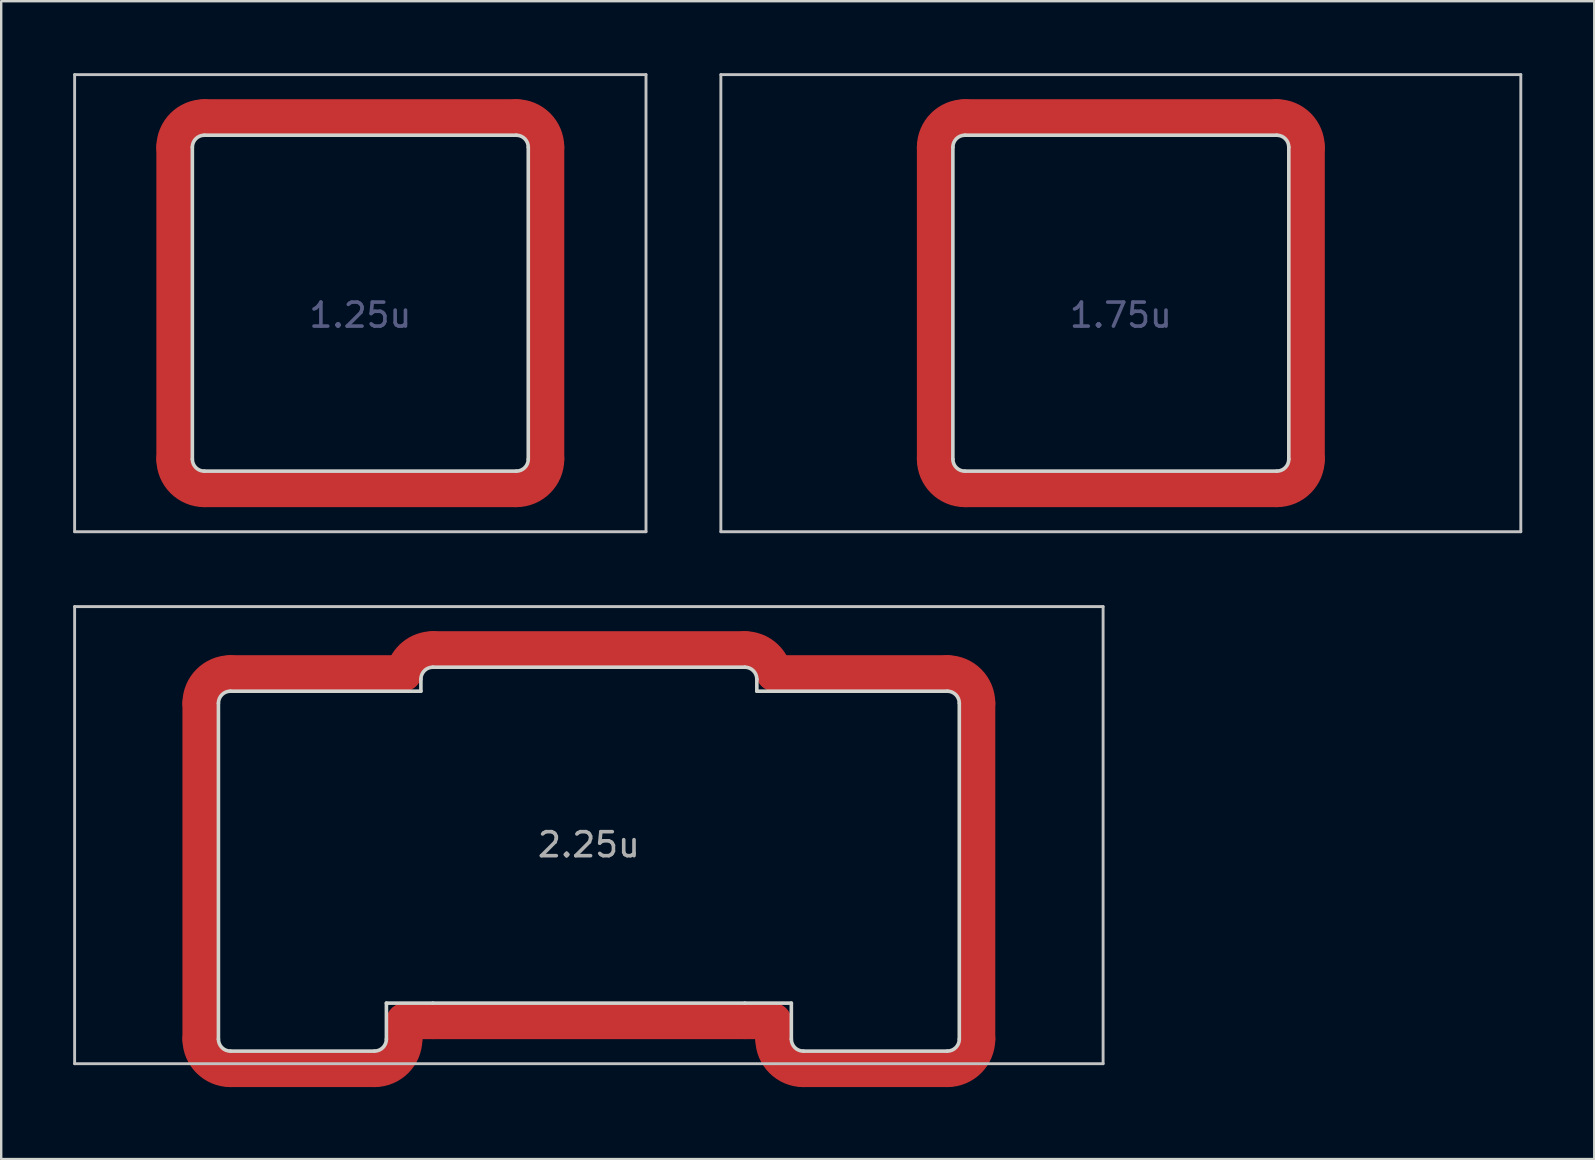
<source format=kicad_pcb>
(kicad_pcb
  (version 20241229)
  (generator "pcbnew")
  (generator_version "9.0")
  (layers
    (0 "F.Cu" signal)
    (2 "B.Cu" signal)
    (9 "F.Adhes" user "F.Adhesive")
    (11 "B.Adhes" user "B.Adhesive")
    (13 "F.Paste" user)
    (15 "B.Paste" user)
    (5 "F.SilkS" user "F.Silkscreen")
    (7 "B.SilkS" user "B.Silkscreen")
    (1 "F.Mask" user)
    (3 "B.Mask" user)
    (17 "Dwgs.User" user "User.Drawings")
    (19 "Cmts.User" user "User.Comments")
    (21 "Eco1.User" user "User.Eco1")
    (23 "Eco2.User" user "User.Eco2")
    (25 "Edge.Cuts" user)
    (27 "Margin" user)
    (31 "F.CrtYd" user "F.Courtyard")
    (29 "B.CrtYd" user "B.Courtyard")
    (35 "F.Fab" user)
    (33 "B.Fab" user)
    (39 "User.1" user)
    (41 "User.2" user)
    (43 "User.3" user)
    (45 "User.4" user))
  (footprint "1.75u"
    (layer "F.Cu")
    (at 43.661 9.585)
    (property "Reference" "1.75u" (at 0 0.5 0) (layer "B.Fab") (effects (font (size 1 1) (thickness 0.15))))
    (attr through_hole)
    (fp_line (start -7.75 6.5) (end -7.75 -6.5) (stroke (width 1.5) (type solid)) (layer "F.Cu"))
    (fp_line (start -6.5 -7.75) (end 6.5 -7.75) (stroke (width 1.5) (type solid)) (layer "F.Cu"))
    (fp_line (start 6.5 7.75) (end -6.5 7.75) (stroke (width 1.5) (type solid)) (layer "F.Cu"))
    (fp_line (start 7.75 -6.5) (end 7.75 6.5) (stroke (width 1.5) (type solid)) (layer "F.Cu"))
    (fp_arc (start -7.75 -6.5) (mid -7.383883 -7.383883) (end -6.5 -7.75) (stroke (width 1.5) (type solid)) (layer "F.Cu"))
    (fp_arc (start -6.5 7.75) (mid -7.383883 7.383883) (end -7.75 6.5) (stroke (width 1.5) (type solid)) (layer "F.Cu"))
    (fp_arc (start 6.499999 -7.75) (mid 7.383883 -7.383883) (end 7.75 -6.499999) (stroke (width 1.5) (type solid)) (layer "F.Cu"))
    (fp_arc (start 7.75 6.5) (mid 7.383883 7.383883) (end 6.5 7.75) (stroke (width 1.5) (type solid)) (layer "F.Cu"))
    (fp_line (start -7.75 6.5) (end -7.75 -6.5) (stroke (width 1.5) (type solid)) (layer "F.Mask"))
    (fp_line (start -6.5 -7.75) (end 6.5 -7.75) (stroke (width 1.5) (type solid)) (layer "F.Mask"))
    (fp_line (start 6.5 7.75) (end -6.5 7.75) (stroke (width 1.5) (type solid)) (layer "F.Mask"))
    (fp_line (start 7.75 -6.5) (end 7.75 6.5) (stroke (width 1.5) (type solid)) (layer "F.Mask"))
    (fp_arc (start -7.75 -6.5) (mid -7.383883 -7.383883) (end -6.5 -7.75) (stroke (width 1.5) (type solid)) (layer "F.Mask"))
    (fp_arc (start -6.5 7.75) (mid -7.383883 7.383883) (end -7.75 6.5) (stroke (width 1.5) (type solid)) (layer "F.Mask"))
    (fp_arc (start 6.499999 -7.75) (mid 7.383883 -7.383883) (end 7.75 -6.499999) (stroke (width 1.5) (type solid)) (layer "F.Mask"))
    (fp_arc (start 7.75 6.5) (mid 7.383883 7.383883) (end 6.5 7.75) (stroke (width 1.5) (type solid)) (layer "F.Mask"))
    (fp_line (start -16.669 -9.525) (end -16.669 9.525) (stroke (width 0.12) (type solid)) (layer "Dwgs.User"))
    (fp_line (start -16.669 9.525) (end 16.669 9.525) (stroke (width 0.12) (type solid)) (layer "Dwgs.User"))
    (fp_line (start 16.669 -9.525) (end -16.669 -9.525) (stroke (width 0.12) (type solid)) (layer "Dwgs.User"))
    (fp_line (start 16.669 9.525) (end 16.669 -9.525) (stroke (width 0.12) (type solid)) (layer "Dwgs.User"))
    (fp_line (start -7 -6.5) (end -7 6.5) (stroke (width 0.15) (type solid)) (layer "Edge.Cuts"))
    (fp_line (start -6.5 7) (end 6.5 7) (stroke (width 0.15) (type solid)) (layer "Edge.Cuts"))
    (fp_line (start 6.5 -7) (end -6.5 -7) (stroke (width 0.15) (type solid)) (layer "Edge.Cuts"))
    (fp_line (start 7 6.5) (end 7 -6.5) (stroke (width 0.15) (type solid)) (layer "Edge.Cuts"))
    (fp_arc (start -7 -6.5) (mid -6.853553 -6.853553) (end -6.5 -7) (stroke (width 0.15) (type solid)) (layer "Edge.Cuts"))
    (fp_arc (start -6.5 7) (mid -6.853553 6.853553) (end -7 6.5) (stroke (width 0.15) (type solid)) (layer "Edge.Cuts"))
    (fp_arc (start 6.5 -7) (mid 6.853553 -6.853553) (end 7 -6.5) (stroke (width 0.15) (type solid)) (layer "Edge.Cuts"))
    (fp_arc (start 7 6.500001) (mid 6.853553 6.853554) (end 6.499999 7) (stroke (width 0.15) (type solid)) (layer "Edge.Cuts")))
  (footprint "1.25u"
    (layer "F.Cu")
    (at 11.966 9.585)
    (property "Reference" "1.25u" (at 0 0.5 0) (layer "B.Fab") (effects (font (size 1 1) (thickness 0.15))))
    (attr through_hole)
    (fp_line (start -7.75 6.5) (end -7.75 -6.5) (stroke (width 1.5) (type solid)) (layer "F.Cu"))
    (fp_line (start -6.5 -7.75) (end 6.5 -7.75) (stroke (width 1.5) (type solid)) (layer "F.Cu"))
    (fp_line (start 6.5 7.75) (end -6.5 7.75) (stroke (width 1.5) (type solid)) (layer "F.Cu"))
    (fp_line (start 7.75 -6.5) (end 7.75 6.5) (stroke (width 1.5) (type solid)) (layer "F.Cu"))
    (fp_arc (start -7.75 -6.5) (mid -7.383883 -7.383883) (end -6.5 -7.75) (stroke (width 1.5) (type solid)) (layer "F.Cu"))
    (fp_arc (start -6.5 7.75) (mid -7.383883 7.383883) (end -7.75 6.5) (stroke (width 1.5) (type solid)) (layer "F.Cu"))
    (fp_arc (start 6.499999 -7.75) (mid 7.383883 -7.383883) (end 7.75 -6.499999) (stroke (width 1.5) (type solid)) (layer "F.Cu"))
    (fp_arc (start 7.75 6.5) (mid 7.383883 7.383883) (end 6.5 7.75) (stroke (width 1.5) (type solid)) (layer "F.Cu"))
    (fp_line (start -7.75 6.5) (end -7.75 -6.5) (stroke (width 1.5) (type solid)) (layer "F.Mask"))
    (fp_line (start -6.5 -7.75) (end 6.5 -7.75) (stroke (width 1.5) (type solid)) (layer "F.Mask"))
    (fp_line (start 6.5 7.75) (end -6.5 7.75) (stroke (width 1.5) (type solid)) (layer "F.Mask"))
    (fp_line (start 7.75 -6.5) (end 7.75 6.5) (stroke (width 1.5) (type solid)) (layer "F.Mask"))
    (fp_arc (start -7.75 -6.5) (mid -7.383883 -7.383883) (end -6.5 -7.75) (stroke (width 1.5) (type solid)) (layer "F.Mask"))
    (fp_arc (start -6.5 7.75) (mid -7.383883 7.383883) (end -7.75 6.5) (stroke (width 1.5) (type solid)) (layer "F.Mask"))
    (fp_arc (start 6.499999 -7.75) (mid 7.383883 -7.383883) (end 7.75 -6.499999) (stroke (width 1.5) (type solid)) (layer "F.Mask"))
    (fp_arc (start 7.75 6.5) (mid 7.383883 7.383883) (end 6.5 7.75) (stroke (width 1.5) (type solid)) (layer "F.Mask"))
    (fp_line (start -11.906 -9.525) (end -11.906 9.525) (stroke (width 0.12) (type solid)) (layer "Dwgs.User"))
    (fp_line (start -11.906 9.525) (end 11.906 9.525) (stroke (width 0.12) (type solid)) (layer "Dwgs.User"))
    (fp_line (start 11.906 -9.525) (end -11.906 -9.525) (stroke (width 0.12) (type solid)) (layer "Dwgs.User"))
    (fp_line (start 11.906 9.525) (end 11.906 -9.525) (stroke (width 0.12) (type solid)) (layer "Dwgs.User"))
    (fp_line (start -7 -6.5) (end -7 6.5) (stroke (width 0.15) (type solid)) (layer "Edge.Cuts"))
    (fp_line (start -6.5 7) (end 6.5 7) (stroke (width 0.15) (type solid)) (layer "Edge.Cuts"))
    (fp_line (start 6.5 -7) (end -6.5 -7) (stroke (width 0.15) (type solid)) (layer "Edge.Cuts"))
    (fp_line (start 7 6.5) (end 7 -6.5) (stroke (width 0.15) (type solid)) (layer "Edge.Cuts"))
    (fp_arc (start -7 -6.5) (mid -6.853553 -6.853553) (end -6.5 -7) (stroke (width 0.15) (type solid)) (layer "Edge.Cuts"))
    (fp_arc (start -6.5 7) (mid -6.853553 6.853553) (end -7 6.5) (stroke (width 0.15) (type solid)) (layer "Edge.Cuts"))
    (fp_arc (start 6.5 -7) (mid 6.853553 -6.853553) (end 7 -6.5) (stroke (width 0.15) (type solid)) (layer "Edge.Cuts"))
    (fp_arc (start 7 6.500001) (mid 6.853553 6.853554) (end 6.499999 7) (stroke (width 0.15) (type solid)) (layer "Edge.Cuts")))
  (footprint "2.25u"
    (layer "F.Cu")
    (at 21.491 31.755)
    (property "Reference" "2.25u" (at 0 0.4 0) (layer "F.Fab") (effects (font (size 1 1) (thickness 0.15))))
    (attr through_hole)
    (fp_line (start -16.188 -5.5) (end -16.188 8.5) (stroke (width 1.5) (type solid)) (layer "F.Cu"))
    (fp_line (start -14.938 9.75) (end -8.938 9.75) (stroke (width 1.5) (type solid)) (layer "F.Cu"))
    (fp_line (start -7.725 -6.75) (end -14.938 -6.75) (stroke (width 1.5) (type solid)) (layer "F.Cu"))
    (fp_line (start -7.688 7.75) (end -6.5 7.75) (stroke (width 1.5) (type solid)) (layer "F.Cu"))
    (fp_line (start -7.688 8.5) (end -7.688 7.75) (stroke (width 1.5) (type solid)) (layer "F.Cu"))
    (fp_line (start -6.5 7.75) (end 6.5 7.75) (stroke (width 1.5) (type solid)) (layer "F.Cu"))
    (fp_line (start 6.5 -7.75) (end -6.5 -7.75) (stroke (width 1.5) (type solid)) (layer "F.Cu"))
    (fp_line (start 6.5 7.75) (end 7.688 7.75) (stroke (width 1.5) (type solid)) (layer "F.Cu"))
    (fp_line (start 7.688 7.75) (end 7.688 8.5) (stroke (width 1.5) (type solid)) (layer "F.Cu"))
    (fp_line (start 8.938 9.75) (end 14.938 9.75) (stroke (width 1.5) (type solid)) (layer "F.Cu"))
    (fp_line (start 14.938 -6.75) (end 7.725 -6.75) (stroke (width 1.5) (type solid)) (layer "F.Cu"))
    (fp_line (start 16.188 8.5) (end 16.188 -5.5) (stroke (width 1.5) (type solid)) (layer "F.Cu"))
    (fp_arc (start -16.188 -5.5) (mid -15.821883 -6.383883) (end -14.938 -6.75) (stroke (width 1.5) (type solid)) (layer "F.Cu"))
    (fp_arc (start -14.938 9.749999) (mid -15.821883 9.383882) (end -16.188 8.499999) (stroke (width 1.5) (type solid)) (layer "F.Cu"))
    (fp_arc (start -7.724906 -6.74921) (mid -7.290882 -7.467991) (end -6.5 -7.75) (stroke (width 1.5) (type solid)) (layer "F.Cu"))
    (fp_arc (start -7.688 8.499999) (mid -8.054117 9.383882) (end -8.938 9.749999) (stroke (width 1.5) (type solid)) (layer "F.Cu"))
    (fp_arc (start 6.499193 -7.75) (mid 7.290256 -7.468501) (end 7.724744 -6.75) (stroke (width 1.5) (type solid)) (layer "F.Cu"))
    (fp_arc (start 8.938 9.749999) (mid 8.054117 9.383882) (end 7.688 8.499999) (stroke (width 1.5) (type solid)) (layer "F.Cu"))
    (fp_arc (start 14.937999 -6.75) (mid 15.821882 -6.383883) (end 16.187999 -5.5) (stroke (width 1.5) (type solid)) (layer "F.Cu"))
    (fp_arc (start 16.187999 8.5) (mid 15.821883 9.383883) (end 14.938 9.749999) (stroke (width 1.5) (type solid)) (layer "F.Cu"))
    (fp_line (start -16.188 -5.5) (end -16.188 8.5) (stroke (width 1.5) (type solid)) (layer "F.Mask"))
    (fp_line (start -14.938 9.75) (end -8.938 9.75) (stroke (width 1.5) (type solid)) (layer "F.Mask"))
    (fp_line (start -7.725 -6.75) (end -14.938 -6.75) (stroke (width 1.5) (type solid)) (layer "F.Mask"))
    (fp_line (start -7.688 7.75) (end -6.5 7.75) (stroke (width 1.5) (type solid)) (layer "F.Mask"))
    (fp_line (start -7.688 8.5) (end -7.688 7.75) (stroke (width 1.5) (type solid)) (layer "F.Mask"))
    (fp_line (start -6.5 7.75) (end 6.5 7.75) (stroke (width 1.5) (type solid)) (layer "F.Mask"))
    (fp_line (start 6.5 -7.75) (end -6.5 -7.75) (stroke (width 1.5) (type solid)) (layer "F.Mask"))
    (fp_line (start 6.5 7.75) (end 7.688 7.75) (stroke (width 1.5) (type solid)) (layer "F.Mask"))
    (fp_line (start 7.688 7.75) (end 7.688 8.5) (stroke (width 1.5) (type solid)) (layer "F.Mask"))
    (fp_line (start 8.938 9.75) (end 14.938 9.75) (stroke (width 1.5) (type solid)) (layer "F.Mask"))
    (fp_line (start 14.938 -6.75) (end 7.725 -6.75) (stroke (width 1.5) (type solid)) (layer "F.Mask"))
    (fp_line (start 16.188 8.5) (end 16.188 -5.5) (stroke (width 1.5) (type solid)) (layer "F.Mask"))
    (fp_arc (start -16.188 -5.5) (mid -15.821883 -6.383883) (end -14.938 -6.75) (stroke (width 1.5) (type solid)) (layer "F.Mask"))
    (fp_arc (start -14.938 9.749999) (mid -15.821883 9.383882) (end -16.188 8.499999) (stroke (width 1.5) (type solid)) (layer "F.Mask"))
    (fp_arc (start -7.724906 -6.74921) (mid -7.290882 -7.467991) (end -6.5 -7.75) (stroke (width 1.5) (type solid)) (layer "F.Mask"))
    (fp_arc (start -7.688 8.499999) (mid -8.054117 9.383882) (end -8.938 9.749999) (stroke (width 1.5) (type solid)) (layer "F.Mask"))
    (fp_arc (start 6.499193 -7.75) (mid 7.290256 -7.468501) (end 7.724744 -6.75) (stroke (width 1.5) (type solid)) (layer "F.Mask"))
    (fp_arc (start 8.938 9.749999) (mid 8.054117 9.383882) (end 7.688 8.499999) (stroke (width 1.5) (type solid)) (layer "F.Mask"))
    (fp_arc (start 14.937999 -6.75) (mid 15.821882 -6.383883) (end 16.187999 -5.5) (stroke (width 1.5) (type solid)) (layer "F.Mask"))
    (fp_arc (start 16.187999 8.5) (mid 15.821883 9.383883) (end 14.938 9.749999) (stroke (width 1.5) (type solid)) (layer "F.Mask"))
    (fp_line (start -21.431 -9.525) (end -21.431 9.525) (stroke (width 0.12) (type solid)) (layer "Dwgs.User"))
    (fp_line (start -21.431 -9.525) (end 21.431 -9.525) (stroke (width 0.12) (type solid)) (layer "Dwgs.User"))
    (fp_line (start -21.431 9.525) (end 21.431 9.525) (stroke (width 0.12) (type solid)) (layer "Dwgs.User"))
    (fp_line (start 21.431 -9.525) (end 21.431 9.525) (stroke (width 0.12) (type solid)) (layer "Dwgs.User"))
    (fp_line (start -15.438 -5.5) (end -15.438 8.5) (stroke (width 0.15) (type solid)) (layer "Edge.Cuts"))
    (fp_line (start -14.938 9) (end -8.938 9) (stroke (width 0.15) (type solid)) (layer "Edge.Cuts"))
    (fp_line (start -8.438 7) (end -6.5 7) (stroke (width 0.15) (type solid)) (layer "Edge.Cuts"))
    (fp_line (start -8.438 8.5) (end -8.438 7) (stroke (width 0.15) (type solid)) (layer "Edge.Cuts"))
    (fp_line (start -7 -6.5) (end -7 -6) (stroke (width 0.15) (type solid)) (layer "Edge.Cuts"))
    (fp_line (start -7 -6) (end -14.938 -6) (stroke (width 0.15) (type solid)) (layer "Edge.Cuts"))
    (fp_line (start -6.5 7) (end 6.5 7) (stroke (width 0.15) (type solid)) (layer "Edge.Cuts"))
    (fp_line (start 6.5 7) (end 8.438 7) (stroke (width 0.15) (type solid)) (layer "Edge.Cuts"))
    (fp_line (start 6.5 -7) (end -6.5 -7) (stroke (width 0.15) (type solid)) (layer "Edge.Cuts"))
    (fp_line (start 7 -6) (end 7 -6.5) (stroke (width 0.15) (type solid)) (layer "Edge.Cuts"))
    (fp_line (start 8.438 7) (end 8.438 8.5) (stroke (width 0.15) (type solid)) (layer "Edge.Cuts"))
    (fp_line (start 8.938 9) (end 14.938 9) (stroke (width 0.15) (type solid)) (layer "Edge.Cuts"))
    (fp_line (start 14.938 -6) (end 7 -6) (stroke (width 0.15) (type solid)) (layer "Edge.Cuts"))
    (fp_line (start 15.438 8.5) (end 15.438 -5.5) (stroke (width 0.15) (type solid)) (layer "Edge.Cuts"))
    (fp_arc (start -15.438 -5.5) (mid -15.291553 -5.853553) (end -14.938 -6) (stroke (width 0.15) (type solid)) (layer "Edge.Cuts"))
    (fp_arc (start -14.938 8.999999) (mid -15.291553 8.853552) (end -15.438 8.499999) (stroke (width 0.15) (type solid)) (layer "Edge.Cuts"))
    (fp_arc (start -8.438 8.499999) (mid -8.584447 8.853552) (end -8.938 8.999999) (stroke (width 0.15) (type solid)) (layer "Edge.Cuts"))
    (fp_arc (start -7 -6.5) (mid -6.853553 -6.853553) (end -6.5 -7) (stroke (width 0.15) (type solid)) (layer "Edge.Cuts"))
    (fp_arc (start 6.499999 -7.000001) (mid 6.853553 -6.853554) (end 7 -6.5) (stroke (width 0.15) (type solid)) (layer "Edge.Cuts"))
    (fp_arc (start 8.938 8.999999) (mid 8.584447 8.853552) (end 8.438 8.499999) (stroke (width 0.15) (type solid)) (layer "Edge.Cuts"))
    (fp_arc (start 14.937999 -6.000001) (mid 15.291553 -5.853554) (end 15.438 -5.5) (stroke (width 0.15) (type solid)) (layer "Edge.Cuts"))
    (fp_arc (start 15.437999 8.5) (mid 15.291553 8.853553) (end 14.938 8.999999) (stroke (width 0.15) (type solid)) (layer "Edge.Cuts")))
  (gr_rect
    (start -3 -3)
    (end 63.39 45.255)
    (stroke (width 0.1) (type default))
    (fill no)
    (layer "Edge.Cuts")))
</source>
